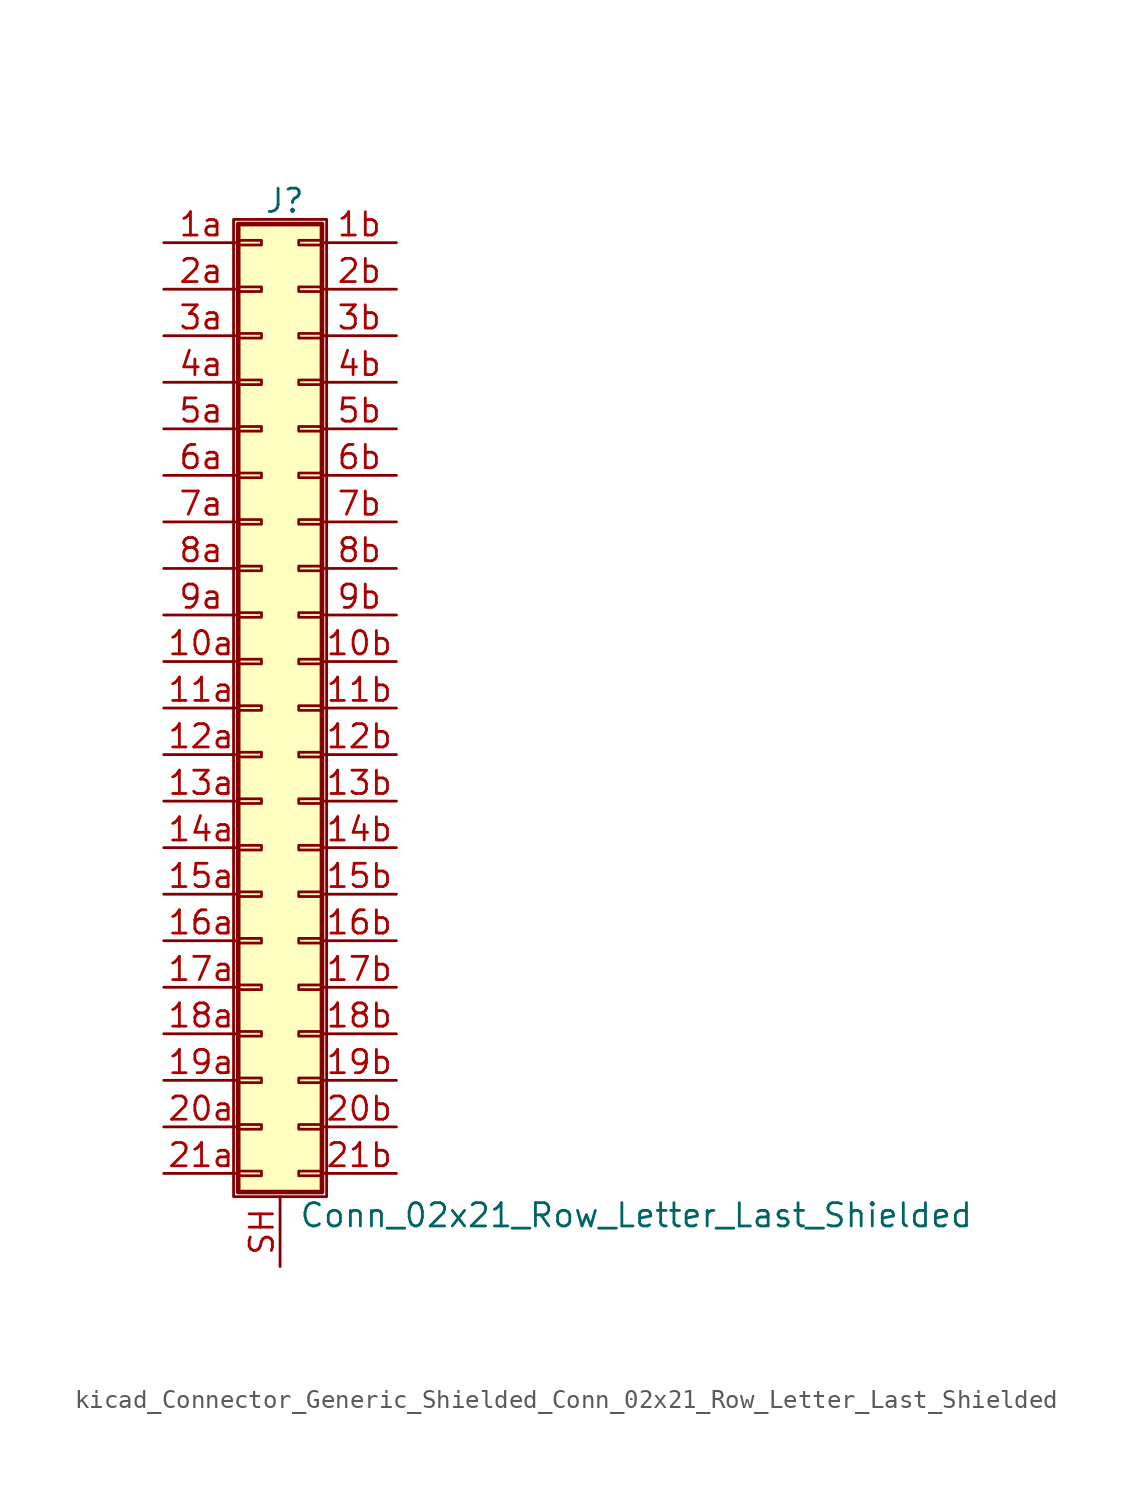
<source format=kicad_sym>
(kicad_symbol_lib
  (version 20220914)
  (generator kicad_symbol_editor)
  (symbol "kicad_Connector_Generic_Shielded_Conn_02x21_Row_Letter_Last_Shielded"
    (pin_names
      (offset 1.016) hide)
    (property "Reference" "J"
      (at 1.524 27.686 0)
      (effects (font (size 1.27 1.27))))
    (property "Value" "Conn_02x21_Row_Letter_Last_Shielded"
      (at 2.286 -27.686 0)
      (effects (font (size 1.27 1.27)) (justify left)))
    (symbol "kicad_Connector_Generic_Shielded_Conn_02x21_Row_Letter_Last_Shielded_1_1"
      (rectangle (start -1.27 26.67) (end 3.81 -26.67) (stroke (width 0.152) (type default)) (fill (type none)))
      (rectangle (start -1.016 -25.273) (end 0.254 -25.527) (stroke (width 0.152) (type default)) (fill (type none)))
      (rectangle (start -1.016 -22.733) (end 0.254 -22.987) (stroke (width 0.152) (type default)) (fill (type none)))
      (rectangle (start -1.016 -20.193) (end 0.254 -20.447) (stroke (width 0.152) (type default)) (fill (type none)))
      (rectangle (start -1.016 -17.653) (end 0.254 -17.907) (stroke (width 0.152) (type default)) (fill (type none)))
      (rectangle (start -1.016 -15.113) (end 0.254 -15.367) (stroke (width 0.152) (type default)) (fill (type none)))
      (rectangle (start -1.016 -12.573) (end 0.254 -12.827) (stroke (width 0.152) (type default)) (fill (type none)))
      (rectangle (start -1.016 -10.033) (end 0.254 -10.287) (stroke (width 0.152) (type default)) (fill (type none)))
      (rectangle (start -1.016 -7.493) (end 0.254 -7.747) (stroke (width 0.152) (type default)) (fill (type none)))
      (rectangle (start -1.016 -4.953) (end 0.254 -5.207) (stroke (width 0.152) (type default)) (fill (type none)))
      (rectangle (start -1.016 -2.413) (end 0.254 -2.667) (stroke (width 0.152) (type default)) (fill (type none)))
      (rectangle (start -1.016 0.127) (end 0.254 -0.127) (stroke (width 0.152) (type default)) (fill (type none)))
      (rectangle (start -1.016 2.667) (end 0.254 2.413) (stroke (width 0.152) (type default)) (fill (type none)))
      (rectangle (start -1.016 5.207) (end 0.254 4.953) (stroke (width 0.152) (type default)) (fill (type none)))
      (rectangle (start -1.016 7.747) (end 0.254 7.493) (stroke (width 0.152) (type default)) (fill (type none)))
      (rectangle (start -1.016 10.287) (end 0.254 10.033) (stroke (width 0.152) (type default)) (fill (type none)))
      (rectangle (start -1.016 12.827) (end 0.254 12.573) (stroke (width 0.152) (type default)) (fill (type none)))
      (rectangle (start -1.016 15.367) (end 0.254 15.113) (stroke (width 0.152) (type default)) (fill (type none)))
      (rectangle (start -1.016 17.907) (end 0.254 17.653) (stroke (width 0.152) (type default)) (fill (type none)))
      (rectangle (start -1.016 20.447) (end 0.254 20.193) (stroke (width 0.152) (type default)) (fill (type none)))
      (rectangle (start -1.016 22.987) (end 0.254 22.733) (stroke (width 0.152) (type default)) (fill (type none)))
      (rectangle (start -1.016 25.527) (end 0.254 25.273) (stroke (width 0.152) (type default)) (fill (type none)))
      (rectangle (start -1.016 26.416) (end 3.556 -26.416) (stroke (width 0.254) (type default)) (fill (type background)))
      (rectangle (start 3.556 -25.273) (end 2.286 -25.527) (stroke (width 0.152) (type default)) (fill (type none)))
      (rectangle (start 3.556 -22.733) (end 2.286 -22.987) (stroke (width 0.152) (type default)) (fill (type none)))
      (rectangle (start 3.556 -20.193) (end 2.286 -20.447) (stroke (width 0.152) (type default)) (fill (type none)))
      (rectangle (start 3.556 -17.653) (end 2.286 -17.907) (stroke (width 0.152) (type default)) (fill (type none)))
      (rectangle (start 3.556 -15.113) (end 2.286 -15.367) (stroke (width 0.152) (type default)) (fill (type none)))
      (rectangle (start 3.556 -12.573) (end 2.286 -12.827) (stroke (width 0.152) (type default)) (fill (type none)))
      (rectangle (start 3.556 -10.033) (end 2.286 -10.287) (stroke (width 0.152) (type default)) (fill (type none)))
      (rectangle (start 3.556 -7.493) (end 2.286 -7.747) (stroke (width 0.152) (type default)) (fill (type none)))
      (rectangle (start 3.556 -4.953) (end 2.286 -5.207) (stroke (width 0.152) (type default)) (fill (type none)))
      (rectangle (start 3.556 -2.413) (end 2.286 -2.667) (stroke (width 0.152) (type default)) (fill (type none)))
      (rectangle (start 3.556 0.127) (end 2.286 -0.127) (stroke (width 0.152) (type default)) (fill (type none)))
      (rectangle (start 3.556 2.667) (end 2.286 2.413) (stroke (width 0.152) (type default)) (fill (type none)))
      (rectangle (start 3.556 5.207) (end 2.286 4.953) (stroke (width 0.152) (type default)) (fill (type none)))
      (rectangle (start 3.556 7.747) (end 2.286 7.493) (stroke (width 0.152) (type default)) (fill (type none)))
      (rectangle (start 3.556 10.287) (end 2.286 10.033) (stroke (width 0.152) (type default)) (fill (type none)))
      (rectangle (start 3.556 12.827) (end 2.286 12.573) (stroke (width 0.152) (type default)) (fill (type none)))
      (rectangle (start 3.556 15.367) (end 2.286 15.113) (stroke (width 0.152) (type default)) (fill (type none)))
      (rectangle (start 3.556 17.907) (end 2.286 17.653) (stroke (width 0.152) (type default)) (fill (type none)))
      (rectangle (start 3.556 20.447) (end 2.286 20.193) (stroke (width 0.152) (type default)) (fill (type none)))
      (rectangle (start 3.556 22.987) (end 2.286 22.733) (stroke (width 0.152) (type default)) (fill (type none)))
      (rectangle (start 3.556 25.527) (end 2.286 25.273) (stroke (width 0.152) (type default)) (fill (type none)))
      (pin passive line (at -5.08 2.54 0) (length 4.064) (name "Pin_10a" (effects (font (size 1.27 1.27)))) (number "10a" (effects (font (size 1.27 1.27)))))
      (pin passive line (at 7.62 2.54 180) (length 4.064) (name "Pin_10b" (effects (font (size 1.27 1.27)))) (number "10b" (effects (font (size 1.27 1.27)))))
      (pin passive line (at -5.08 0 0) (length 4.064) (name "Pin_11a" (effects (font (size 1.27 1.27)))) (number "11a" (effects (font (size 1.27 1.27)))))
      (pin passive line (at 7.62 0 180) (length 4.064) (name "Pin_11b" (effects (font (size 1.27 1.27)))) (number "11b" (effects (font (size 1.27 1.27)))))
      (pin passive line (at -5.08 -2.54 0) (length 4.064) (name "Pin_12a" (effects (font (size 1.27 1.27)))) (number "12a" (effects (font (size 1.27 1.27)))))
      (pin passive line (at 7.62 -2.54 180) (length 4.064) (name "Pin_12b" (effects (font (size 1.27 1.27)))) (number "12b" (effects (font (size 1.27 1.27)))))
      (pin passive line (at -5.08 -5.08 0) (length 4.064) (name "Pin_13a" (effects (font (size 1.27 1.27)))) (number "13a" (effects (font (size 1.27 1.27)))))
      (pin passive line (at 7.62 -5.08 180) (length 4.064) (name "Pin_13b" (effects (font (size 1.27 1.27)))) (number "13b" (effects (font (size 1.27 1.27)))))
      (pin passive line (at -5.08 -7.62 0) (length 4.064) (name "Pin_14a" (effects (font (size 1.27 1.27)))) (number "14a" (effects (font (size 1.27 1.27)))))
      (pin passive line (at 7.62 -7.62 180) (length 4.064) (name "Pin_14b" (effects (font (size 1.27 1.27)))) (number "14b" (effects (font (size 1.27 1.27)))))
      (pin passive line (at -5.08 -10.16 0) (length 4.064) (name "Pin_15a" (effects (font (size 1.27 1.27)))) (number "15a" (effects (font (size 1.27 1.27)))))
      (pin passive line (at 7.62 -10.16 180) (length 4.064) (name "Pin_15b" (effects (font (size 1.27 1.27)))) (number "15b" (effects (font (size 1.27 1.27)))))
      (pin passive line (at -5.08 -12.7 0) (length 4.064) (name "Pin_16a" (effects (font (size 1.27 1.27)))) (number "16a" (effects (font (size 1.27 1.27)))))
      (pin passive line (at 7.62 -12.7 180) (length 4.064) (name "Pin_16b" (effects (font (size 1.27 1.27)))) (number "16b" (effects (font (size 1.27 1.27)))))
      (pin passive line (at -5.08 -15.24 0) (length 4.064) (name "Pin_17a" (effects (font (size 1.27 1.27)))) (number "17a" (effects (font (size 1.27 1.27)))))
      (pin passive line (at 7.62 -15.24 180) (length 4.064) (name "Pin_17b" (effects (font (size 1.27 1.27)))) (number "17b" (effects (font (size 1.27 1.27)))))
      (pin passive line (at -5.08 -17.78 0) (length 4.064) (name "Pin_18a" (effects (font (size 1.27 1.27)))) (number "18a" (effects (font (size 1.27 1.27)))))
      (pin passive line (at 7.62 -17.78 180) (length 4.064) (name "Pin_18b" (effects (font (size 1.27 1.27)))) (number "18b" (effects (font (size 1.27 1.27)))))
      (pin passive line (at -5.08 -20.32 0) (length 4.064) (name "Pin_19a" (effects (font (size 1.27 1.27)))) (number "19a" (effects (font (size 1.27 1.27)))))
      (pin passive line (at 7.62 -20.32 180) (length 4.064) (name "Pin_19b" (effects (font (size 1.27 1.27)))) (number "19b" (effects (font (size 1.27 1.27)))))
      (pin passive line (at -5.08 25.4 0) (length 4.064) (name "Pin_1a" (effects (font (size 1.27 1.27)))) (number "1a" (effects (font (size 1.27 1.27)))))
      (pin passive line (at 7.62 25.4 180) (length 4.064) (name "Pin_1b" (effects (font (size 1.27 1.27)))) (number "1b" (effects (font (size 1.27 1.27)))))
      (pin passive line (at -5.08 -22.86 0) (length 4.064) (name "Pin_20a" (effects (font (size 1.27 1.27)))) (number "20a" (effects (font (size 1.27 1.27)))))
      (pin passive line (at 7.62 -22.86 180) (length 4.064) (name "Pin_20b" (effects (font (size 1.27 1.27)))) (number "20b" (effects (font (size 1.27 1.27)))))
      (pin passive line (at -5.08 -25.4 0) (length 4.064) (name "Pin_21a" (effects (font (size 1.27 1.27)))) (number "21a" (effects (font (size 1.27 1.27)))))
      (pin passive line (at 7.62 -25.4 180) (length 4.064) (name "Pin_21b" (effects (font (size 1.27 1.27)))) (number "21b" (effects (font (size 1.27 1.27)))))
      (pin passive line (at -5.08 22.86 0) (length 4.064) (name "Pin_2a" (effects (font (size 1.27 1.27)))) (number "2a" (effects (font (size 1.27 1.27)))))
      (pin passive line (at 7.62 22.86 180) (length 4.064) (name "Pin_2b" (effects (font (size 1.27 1.27)))) (number "2b" (effects (font (size 1.27 1.27)))))
      (pin passive line (at -5.08 20.32 0) (length 4.064) (name "Pin_3a" (effects (font (size 1.27 1.27)))) (number "3a" (effects (font (size 1.27 1.27)))))
      (pin passive line (at 7.62 20.32 180) (length 4.064) (name "Pin_3b" (effects (font (size 1.27 1.27)))) (number "3b" (effects (font (size 1.27 1.27)))))
      (pin passive line (at -5.08 17.78 0) (length 4.064) (name "Pin_4a" (effects (font (size 1.27 1.27)))) (number "4a" (effects (font (size 1.27 1.27)))))
      (pin passive line (at 7.62 17.78 180) (length 4.064) (name "Pin_4b" (effects (font (size 1.27 1.27)))) (number "4b" (effects (font (size 1.27 1.27)))))
      (pin passive line (at -5.08 15.24 0) (length 4.064) (name "Pin_5a" (effects (font (size 1.27 1.27)))) (number "5a" (effects (font (size 1.27 1.27)))))
      (pin passive line (at 7.62 15.24 180) (length 4.064) (name "Pin_5b" (effects (font (size 1.27 1.27)))) (number "5b" (effects (font (size 1.27 1.27)))))
      (pin passive line (at -5.08 12.7 0) (length 4.064) (name "Pin_6a" (effects (font (size 1.27 1.27)))) (number "6a" (effects (font (size 1.27 1.27)))))
      (pin passive line (at 7.62 12.7 180) (length 4.064) (name "Pin_6b" (effects (font (size 1.27 1.27)))) (number "6b" (effects (font (size 1.27 1.27)))))
      (pin passive line (at -5.08 10.16 0) (length 4.064) (name "Pin_7a" (effects (font (size 1.27 1.27)))) (number "7a" (effects (font (size 1.27 1.27)))))
      (pin passive line (at 7.62 10.16 180) (length 4.064) (name "Pin_7b" (effects (font (size 1.27 1.27)))) (number "7b" (effects (font (size 1.27 1.27)))))
      (pin passive line (at -5.08 7.62 0) (length 4.064) (name "Pin_8a" (effects (font (size 1.27 1.27)))) (number "8a" (effects (font (size 1.27 1.27)))))
      (pin passive line (at 7.62 7.62 180) (length 4.064) (name "Pin_8b" (effects (font (size 1.27 1.27)))) (number "8b" (effects (font (size 1.27 1.27)))))
      (pin passive line (at -5.08 5.08 0) (length 4.064) (name "Pin_9a" (effects (font (size 1.27 1.27)))) (number "9a" (effects (font (size 1.27 1.27)))))
      (pin passive line (at 7.62 5.08 180) (length 4.064) (name "Pin_9b" (effects (font (size 1.27 1.27)))) (number "9b" (effects (font (size 1.27 1.27)))))
      (pin passive line (at 1.27 -30.48 90) (length 3.81) (name "Shield" (effects (font (size 1.27 1.27)))) (number "SH" (effects (font (size 1.27 1.27))))))))
</source>
